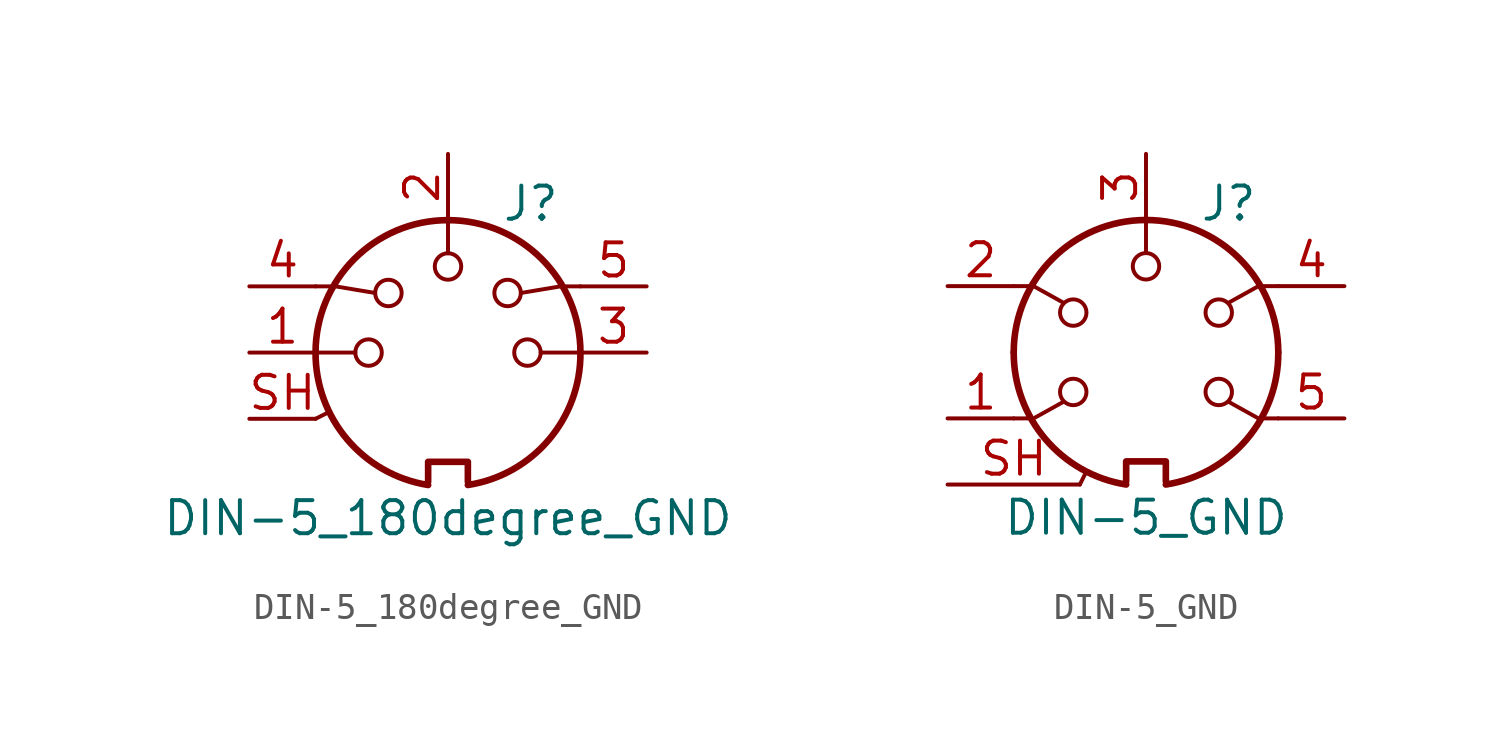
<source format=kicad_sym>
(kicad_symbol_lib
  (version 20220914)
  (generator kicad_symbol_editor)
  (symbol "DIN-5_180degree_GND"
    (pin_names
      (offset 1.016))
    (property "Reference" "J"
      (at 3.175 5.715 0)
      (effects (font (size 1.27 1.27))))
    (property "Value" "DIN-5_180degree_GND"
      (at 0 -6.35 0)
      (effects (font (size 1.27 1.27))))
    (symbol "DIN-5_180degree_GND_0_1"
      (arc (start -5.08 0) (mid -3.8597 -3.3379) (end -0.762 -5.08) (stroke (width 0.254) (type default)) (fill (type none)))
      (circle (center -3.048 0) (radius 0.508) (stroke (width 0) (type default)) (fill (type none)))
      (circle (center -2.286 2.286) (radius 0.508) (stroke (width 0) (type default)) (fill (type none)))
      (polyline (pts (xy -5.08 -2.54) (xy -4.572 -2.286)) (stroke (width 0.152) (type default)) (fill (type none)))
      (polyline (pts (xy -5.08 0) (xy -3.556 0)) (stroke (width 0) (type default)) (fill (type none)))
      (polyline (pts (xy 0 5.08) (xy 0 3.81)) (stroke (width 0) (type default)) (fill (type none)))
      (polyline (pts (xy 5.08 0) (xy 3.556 0)) (stroke (width 0) (type default)) (fill (type none)))
      (polyline (pts (xy -5.08 2.54) (xy -4.318 2.54) (xy -2.794 2.286)) (stroke (width 0) (type default)) (fill (type none)))
      (polyline (pts (xy 5.08 2.54) (xy 4.318 2.54) (xy 2.794 2.286)) (stroke (width 0) (type default)) (fill (type none)))
      (polyline (pts (xy -0.762 -4.953) (xy -0.762 -4.191) (xy 0.762 -4.191) (xy 0.762 -4.953)) (stroke (width 0.254) (type default)) (fill (type none)))
      (circle (center 0 3.302) (radius 0.508) (stroke (width 0) (type default)) (fill (type none)))
      (arc (start 0.762 -5.08) (mid 3.8673 -3.3444) (end 5.08 0) (stroke (width 0.254) (type default)) (fill (type none)))
      (circle (center 2.286 2.286) (radius 0.508) (stroke (width 0) (type default)) (fill (type none)))
      (circle (center 3.048 0) (radius 0.508) (stroke (width 0) (type default)) (fill (type none)))
      (arc (start 5.08 0) (mid 0 5.0579) (end -5.08 0) (stroke (width 0.254) (type default)) (fill (type none))))
    (symbol "DIN-5_180degree_GND_1_1"
      (pin passive line (at -7.62 0 0) (length 2.54) (name "~" (effects (font (size 1.27 1.27)))) (number "1" (effects (font (size 1.27 1.27)))))
      (pin passive line (at 0 7.62 270) (length 2.54) (name "~" (effects (font (size 1.27 1.27)))) (number "2" (effects (font (size 1.27 1.27)))))
      (pin passive line (at 7.62 0 180) (length 2.54) (name "~" (effects (font (size 1.27 1.27)))) (number "3" (effects (font (size 1.27 1.27)))))
      (pin passive line (at -7.62 2.54 0) (length 2.54) (name "~" (effects (font (size 1.27 1.27)))) (number "4" (effects (font (size 1.27 1.27)))))
      (pin passive line (at 7.62 2.54 180) (length 2.54) (name "~" (effects (font (size 1.27 1.27)))) (number "5" (effects (font (size 1.27 1.27)))))
      (pin passive line (at -7.62 -2.54 0) (length 2.54) (name "~" (effects (font (size 1.27 1.27)))) (number "SH" (effects (font (size 1.27 1.27)))))))
  (symbol "DIN-5_GND"
    (pin_names
      (offset 1.016))
    (property "Reference" "J"
      (at 3.175 5.715 0)
      (effects (font (size 1.27 1.27))))
    (property "Value" "DIN-5_GND"
      (at 0 -6.35 0)
      (effects (font (size 1.27 1.27))))
    (symbol "DIN-5_GND_0_1"
      (arc (start -5.08 0) (mid -3.8597 -3.3379) (end -0.762 -5.08) (stroke (width 0.254) (type default)) (fill (type none)))
      (circle (center -2.794 -1.524) (radius 0.508) (stroke (width 0) (type default)) (fill (type none)))
      (circle (center -2.794 1.524) (radius 0.508) (stroke (width 0) (type default)) (fill (type none)))
      (polyline (pts (xy -2.54 -5.08) (xy -2.286 -4.572)) (stroke (width 0.152) (type default)) (fill (type none)))
      (polyline (pts (xy 0 5.08) (xy 0 3.81)) (stroke (width 0) (type default)) (fill (type none)))
      (polyline (pts (xy -5.08 -2.54) (xy -4.318 -2.54) (xy -3.175 -1.905)) (stroke (width 0) (type default)) (fill (type none)))
      (polyline (pts (xy -5.08 2.54) (xy -4.318 2.54) (xy -3.175 1.905)) (stroke (width 0) (type default)) (fill (type none)))
      (polyline (pts (xy 5.08 -2.54) (xy 4.318 -2.54) (xy 3.175 -1.905)) (stroke (width 0) (type default)) (fill (type none)))
      (polyline (pts (xy 5.08 2.54) (xy 4.318 2.54) (xy 3.175 1.905)) (stroke (width 0) (type default)) (fill (type none)))
      (polyline (pts (xy -0.762 -4.953) (xy -0.762 -4.191) (xy 0.762 -4.191) (xy 0.762 -4.953)) (stroke (width 0.254) (type default)) (fill (type none)))
      (circle (center 0 3.302) (radius 0.508) (stroke (width 0) (type default)) (fill (type none)))
      (arc (start 0.762 -5.08) (mid 3.8673 -3.3444) (end 5.08 0) (stroke (width 0.254) (type default)) (fill (type none)))
      (circle (center 2.794 -1.524) (radius 0.508) (stroke (width 0) (type default)) (fill (type none)))
      (circle (center 2.794 1.524) (radius 0.508) (stroke (width 0) (type default)) (fill (type none)))
      (arc (start 5.08 0) (mid 0 5.0579) (end -5.08 0) (stroke (width 0.254) (type default)) (fill (type none))))
    (symbol "DIN-5_GND_1_1"
      (pin passive line (at -7.62 -2.54 0) (length 2.54) (name "~" (effects (font (size 1.27 1.27)))) (number "1" (effects (font (size 1.27 1.27)))))
      (pin passive line (at -7.62 2.54 0) (length 2.54) (name "~" (effects (font (size 1.27 1.27)))) (number "2" (effects (font (size 1.27 1.27)))))
      (pin passive line (at 0 7.62 270) (length 2.54) (name "~" (effects (font (size 1.27 1.27)))) (number "3" (effects (font (size 1.27 1.27)))))
      (pin passive line (at 7.62 2.54 180) (length 2.54) (name "~" (effects (font (size 1.27 1.27)))) (number "4" (effects (font (size 1.27 1.27)))))
      (pin passive line (at 7.62 -2.54 180) (length 2.54) (name "~" (effects (font (size 1.27 1.27)))) (number "5" (effects (font (size 1.27 1.27)))))
      (pin passive line (at -7.62 -5.08 0) (length 5.08) (name "~" (effects (font (size 1.27 1.27)))) (number "SH" (effects (font (size 1.27 1.27))))))))
</source>
